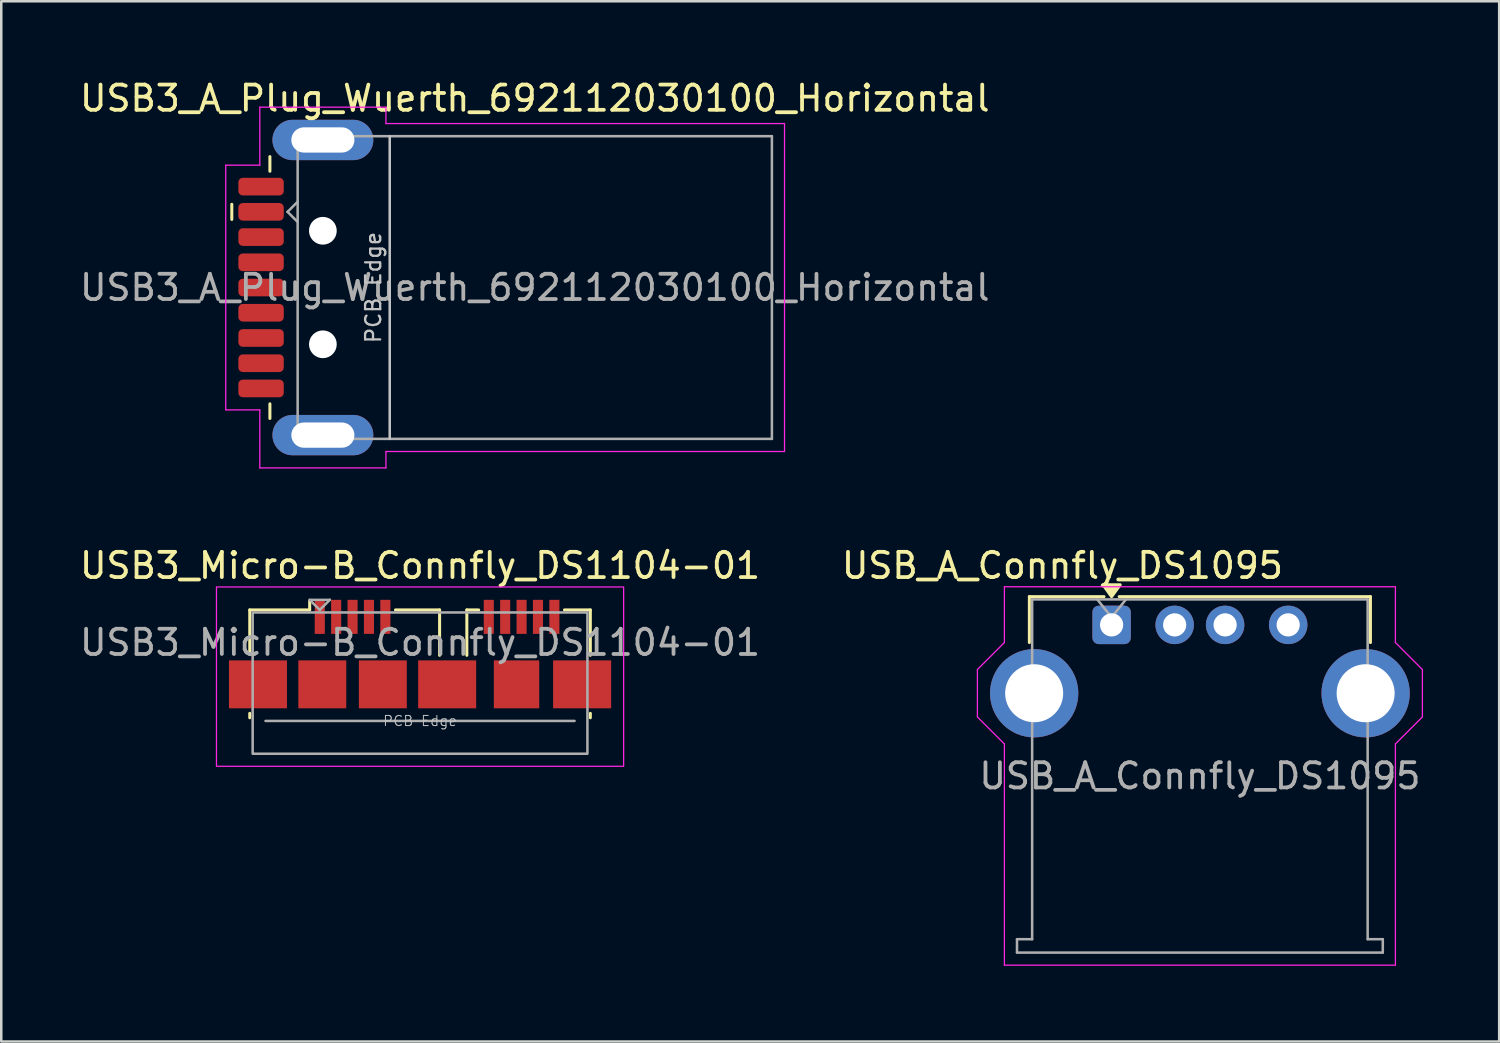
<source format=kicad_pcb>
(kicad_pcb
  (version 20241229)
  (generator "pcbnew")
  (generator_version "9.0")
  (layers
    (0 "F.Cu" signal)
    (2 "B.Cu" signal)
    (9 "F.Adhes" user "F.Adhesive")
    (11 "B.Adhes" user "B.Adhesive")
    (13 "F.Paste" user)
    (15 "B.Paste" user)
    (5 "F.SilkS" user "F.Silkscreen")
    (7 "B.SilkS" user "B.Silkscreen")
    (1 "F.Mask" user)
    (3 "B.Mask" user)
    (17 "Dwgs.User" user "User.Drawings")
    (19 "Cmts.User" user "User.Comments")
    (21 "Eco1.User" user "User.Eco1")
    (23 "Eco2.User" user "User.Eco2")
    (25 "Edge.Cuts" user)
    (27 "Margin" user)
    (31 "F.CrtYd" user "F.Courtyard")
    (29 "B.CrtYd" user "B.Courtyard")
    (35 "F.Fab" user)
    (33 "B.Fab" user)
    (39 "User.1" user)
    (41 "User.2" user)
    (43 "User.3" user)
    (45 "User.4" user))
  (footprint "USB3_A_Plug_Wuerth_692112030100_Horizontal"
    (layer "F.Cu")
    (at 18.149 8.348)
    (property "Reference" "USB3_A_Plug_Wuerth_692112030100_Horizontal" (at 0 -7.5 0) (layer "F.SilkS") (effects (font (size 1 1) (thickness 0.15))))
    (attr smd)
    (fp_line (start -12.01 -2.7) (end -12.01 -3.3) (stroke (width 0.12) (type solid)) (layer "F.SilkS"))
    (fp_line (start -10.5 -4.61) (end -10.5 -5.19) (stroke (width 0.12) (type solid)) (layer "F.SilkS"))
    (fp_line (start -10.5 4.61) (end -10.5 5.19) (stroke (width 0.12) (type solid)) (layer "F.SilkS"))
    (fp_line (start -5.75 6) (end -5.75 -6) (stroke (width 0.1) (type solid)) (layer "Dwgs.User"))
    (fp_line (start -12.25 -4.85) (end -12.25 4.85) (stroke (width 0.05) (type solid)) (layer "F.CrtYd"))
    (fp_line (start -10.9 -7.15) (end -10.9 -4.85) (stroke (width 0.05) (type solid)) (layer "F.CrtYd"))
    (fp_line (start -10.9 -4.85) (end -12.25 -4.85) (stroke (width 0.05) (type solid)) (layer "F.CrtYd"))
    (fp_line (start -10.9 4.85) (end -12.25 4.85) (stroke (width 0.05) (type solid)) (layer "F.CrtYd"))
    (fp_line (start -10.9 7.15) (end -10.9 4.85) (stroke (width 0.05) (type solid)) (layer "F.CrtYd"))
    (fp_line (start -5.9 -7.15) (end -10.9 -7.15) (stroke (width 0.05) (type solid)) (layer "F.CrtYd"))
    (fp_line (start -5.9 -6.5) (end -5.9 -7.15) (stroke (width 0.05) (type solid)) (layer "F.CrtYd"))
    (fp_line (start -5.9 6.5) (end -5.9 7.15) (stroke (width 0.05) (type solid)) (layer "F.CrtYd"))
    (fp_line (start -5.9 7.15) (end -10.9 7.15) (stroke (width 0.05) (type solid)) (layer "F.CrtYd"))
    (fp_line (start 9.9 -6.5) (end -5.9 -6.5) (stroke (width 0.05) (type solid)) (layer "F.CrtYd"))
    (fp_line (start 9.9 6.5) (end -5.9 6.5) (stroke (width 0.05) (type solid)) (layer "F.CrtYd"))
    (fp_line (start 9.9 6.5) (end 9.9 -6.5) (stroke (width 0.05) (type solid)) (layer "F.CrtYd"))
    (fp_line (start -9.8 -3) (end -9.4 -3.4) (stroke (width 0.1) (type solid)) (layer "F.Fab"))
    (fp_line (start -9.8 -3) (end -9.4 -2.6) (stroke (width 0.1) (type solid)) (layer "F.Fab"))
    (fp_line (start -9.4 6) (end -9.4 -6) (stroke (width 0.1) (type solid)) (layer "F.Fab"))
    (fp_line (start 9.4 -6) (end -9.4 -6) (stroke (width 0.1) (type solid)) (layer "F.Fab"))
    (fp_line (start 9.4 6) (end -9.4 6) (stroke (width 0.1) (type solid)) (layer "F.Fab"))
    (fp_line (start 9.4 6) (end 9.4 -6) (stroke (width 0.1) (type solid)) (layer "F.Fab"))
    (fp_text user "PCB Edge" (at -6.4 0 90) (layer "Dwgs.User") (effects (font (size 0.6 0.6) (thickness 0.09))))
    (fp_text user "${REFERENCE}" (at 0 0 180) (layer "F.Fab") (effects (font (size 1 1) (thickness 0.15))))
    (pad "" np_thru_hole circle (at -8.4 -2.25 90) (size 1.1 1.1) (drill 1.1) (layers "*.Cu" "*.Mask"))
    (pad "" np_thru_hole circle (at -8.4 2.25 90) (size 1.1 1.1) (drill 1.1) (layers "*.Cu" "*.Mask"))
    (pad "1" smd roundrect (at -10.85 -3 90) (size 0.7 1.8) (layers "F.Cu" "F.Mask" "F.Paste") (roundrect_rratio 0.25))
    (pad "2" smd roundrect (at -10.85 -1 90) (size 0.7 1.8) (layers "F.Cu" "F.Mask" "F.Paste") (roundrect_rratio 0.25))
    (pad "3" smd roundrect (at -10.85 1 90) (size 0.7 1.8) (layers "F.Cu" "F.Mask" "F.Paste") (roundrect_rratio 0.25))
    (pad "4" smd roundrect (at -10.85 3 90) (size 0.7 1.8) (layers "F.Cu" "F.Mask" "F.Paste") (roundrect_rratio 0.25))
    (pad "5" smd roundrect (at -10.85 4 90) (size 0.7 1.8) (layers "F.Cu" "F.Mask" "F.Paste") (roundrect_rratio 0.25))
    (pad "6" smd roundrect (at -10.85 2 90) (size 0.7 1.8) (layers "F.Cu" "F.Mask" "F.Paste") (roundrect_rratio 0.25))
    (pad "7" smd roundrect (at -10.85 0 90) (size 0.7 1.8) (layers "F.Cu" "F.Mask" "F.Paste") (roundrect_rratio 0.25))
    (pad "8" smd roundrect (at -10.85 -2 90) (size 0.7 1.8) (layers "F.Cu" "F.Mask" "F.Paste") (roundrect_rratio 0.25))
    (pad "9" smd roundrect (at -10.85 -4) (size 1.8 0.7) (layers "F.Cu" "F.Mask" "F.Paste") (roundrect_rratio 0.25))
    (pad "10" thru_hole oval (at -8.4 -5.85 90) (size 1.6 4) (drill oval 1 2.5) (property pad_prop_heatsink) (layers "*.Cu" "*.Mask"))
    (pad "10" thru_hole oval (at -8.4 5.85 90) (size 1.6 4) (drill oval 1 2.5) (property pad_prop_heatsink) (layers "*.Cu" "*.Mask")))
  (footprint "USB3_Micro-B_Connfly_DS1104-01"
    (layer "F.Cu")
    (at 13.601 22.878)
    (property "Reference" "USB3_Micro-B_Connfly_DS1104-01" (at 0 -3.507 0) (unlocked yes) (layer "F.SilkS") (effects (font (size 1 1) (thickness 0.15))))
    (attr smd)
    (fp_line (start -6.75 -1.75) (end -6.75 0) (stroke (width 0.12) (type solid)) (layer "F.SilkS"))
    (fp_line (start -6.75 2.35) (end -6.75 2.525) (stroke (width 0.12) (type solid)) (layer "F.SilkS"))
    (fp_line (start -4.375 -2.1) (end -4.375 -1.75) (stroke (width 0.12) (type solid)) (layer "F.SilkS"))
    (fp_line (start -4.375 -1.75) (end -6.75 -1.75) (stroke (width 0.12) (type solid)) (layer "F.SilkS"))
    (fp_line (start 0.775 -1.75) (end -0.975 -1.75) (stroke (width 0.12) (type solid)) (layer "F.SilkS"))
    (fp_line (start 0.775 -1.75) (end 0.775 0.05) (stroke (width 0.12) (type solid)) (layer "F.SilkS"))
    (fp_line (start 1.855 -1.75) (end 1.855 0.05) (stroke (width 0.12) (type solid)) (layer "F.SilkS"))
    (fp_line (start 2.325 -1.75) (end 1.855 -1.75) (stroke (width 0.12) (type solid)) (layer "F.SilkS"))
    (fp_line (start 5.725 -1.75) (end 6.75 -1.75) (stroke (width 0.12) (type solid)) (layer "F.SilkS"))
    (fp_line (start 6.75 -1.75) (end 6.75 0.05) (stroke (width 0.12) (type solid)) (layer "F.SilkS"))
    (fp_line (start 6.75 2.35) (end 6.75 2.525) (stroke (width 0.12) (type solid)) (layer "F.SilkS"))
    (fp_rect (start -8.07 -2.66) (end 8.07 4.45) (stroke (width 0.05) (type solid)) (fill no) (layer "F.CrtYd"))
    (fp_line (start -6.125 2.65) (end 6.125 2.65) (stroke (width 0.1) (type solid)) (layer "F.Fab"))
    (fp_line (start -4.375 -2.15) (end -3.975 -1.75) (stroke (width 0.1) (type solid)) (layer "F.Fab"))
    (fp_line (start -3.975 -1.75) (end -3.575 -2.15) (stroke (width 0.1) (type solid)) (layer "F.Fab"))
    (fp_line (start -3.575 -2.15) (end -4.375 -2.15) (stroke (width 0.1) (type solid)) (layer "F.Fab"))
    (fp_rect (start -6.635 -1.65) (end 6.635 3.95) (stroke (width 0.1) (type solid)) (fill no) (layer "F.Fab"))
    (fp_text user "PCB Edge" (at 0 2.65 0) (unlocked yes) (layer "Dwgs.User") (effects (font (size 0.4 0.4) (thickness 0.04))))
    (fp_text user "${REFERENCE}" (at 0 -0.459 0) (unlocked yes) (layer "F.Fab") (effects (font (size 1 1) (thickness 0.15))))
    (pad "1" smd rect (at -3.975 -1.475) (size 0.4 1.35) (layers "F.Cu" "F.Mask" "F.Paste"))
    (pad "2" smd rect (at -3.325 -1.475) (size 0.4 1.35) (layers "F.Cu" "F.Mask" "F.Paste"))
    (pad "3" smd rect (at -2.675 -1.475) (size 0.4 1.35) (layers "F.Cu" "F.Mask" "F.Paste"))
    (pad "4" smd rect (at -2.025 -1.475) (size 0.4 1.35) (layers "F.Cu" "F.Mask" "F.Paste"))
    (pad "5" smd rect (at -1.375 -1.475) (size 0.4 1.35) (layers "F.Cu" "F.Mask" "F.Paste"))
    (pad "6" smd rect (at 2.725 -1.475) (size 0.4 1.35) (layers "F.Cu" "F.Mask" "F.Paste"))
    (pad "7" smd rect (at 3.375 -1.475) (size 0.4 1.35) (layers "F.Cu" "F.Mask" "F.Paste"))
    (pad "8" smd rect (at 4.025 -1.475) (size 0.4 1.35) (layers "F.Cu" "F.Mask" "F.Paste"))
    (pad "9" smd rect (at 4.675 -1.475) (size 0.4 1.35) (layers "F.Cu" "F.Mask" "F.Paste"))
    (pad "10" smd rect (at 5.325 -1.475) (size 0.4 1.35) (layers "F.Cu" "F.Mask" "F.Paste"))
    (pad "11" smd rect (at -6.425 1.2) (size 2.3 1.9) (layers "F.Cu" "F.Mask" "F.Paste"))
    (pad "11" smd rect (at -3.875 1.2) (size 1.9 1.9) (layers "F.Cu" "F.Mask" "F.Paste"))
    (pad "11" smd rect (at -1.475 1.2) (size 1.9 1.9) (layers "F.Cu" "F.Mask" "F.Paste"))
    (pad "11" smd rect (at 1.075 1.2) (size 2.3 1.9) (layers "F.Cu" "F.Mask" "F.Paste"))
    (pad "11" smd rect (at 3.825 1.2) (size 1.8 1.9) (layers "F.Cu" "F.Mask" "F.Paste"))
    (pad "11" smd rect (at 6.425 1.2) (size 2.3 1.9) (layers "F.Cu" "F.Mask" "F.Paste")))
  (footprint "USB_A_Connfly_DS1095"
    (layer "F.Cu")
    (at 41.015 21.721)
    (property "Reference" "USB_A_Connfly_DS1095" (at -1.95 -2.35 0) (layer "F.SilkS") (effects (font (size 1 1) (thickness 0.15))))
    (attr through_hole)
    (fp_line (start -3.26 -1.12) (end -0.3 -1.12) (stroke (width 0.12) (type solid)) (layer "F.SilkS"))
    (fp_line (start -3.26 0.7) (end -3.26 -1.12) (stroke (width 0.12) (type solid)) (layer "F.SilkS"))
    (fp_line (start 0.3 -1.12) (end 10.26 -1.12) (stroke (width 0.12) (type solid)) (layer "F.SilkS"))
    (fp_line (start 10.26 0.7) (end 10.26 -1.12) (stroke (width 0.12) (type solid)) (layer "F.SilkS"))
    (fp_poly (pts (xy 0 -1.12) (xy -0.34 -1.59) (xy 0.34 -1.59)) (stroke (width 0.12) (type solid)) (fill yes) (layer "F.SilkS"))
    (fp_line (start -5.32 1.77) (end -5.32 3.65) (stroke (width 0.05) (type solid)) (layer "F.CrtYd"))
    (fp_line (start -5.32 1.77) (end -4.25 0.7) (stroke (width 0.05) (type default)) (layer "F.CrtYd"))
    (fp_line (start -4.25 -1.51) (end -4.25 0.7) (stroke (width 0.05) (type default)) (layer "F.CrtYd"))
    (fp_line (start -4.25 -1.51) (end 11.25 -1.51) (stroke (width 0.05) (type solid)) (layer "F.CrtYd"))
    (fp_line (start -4.25 4.72) (end -5.32 3.65) (stroke (width 0.05) (type default)) (layer "F.CrtYd"))
    (fp_line (start -4.25 4.72) (end -4.25 13.49) (stroke (width 0.05) (type solid)) (layer "F.CrtYd"))
    (fp_line (start 11.25 -1.51) (end 11.25 0.7) (stroke (width 0.05) (type default)) (layer "F.CrtYd"))
    (fp_line (start 11.25 4.72) (end 11.25 13.49) (stroke (width 0.05) (type solid)) (layer "F.CrtYd"))
    (fp_line (start 11.25 4.72) (end 12.32 3.65) (stroke (width 0.05) (type default)) (layer "F.CrtYd"))
    (fp_line (start 11.25 13.49) (end -4.25 13.49) (stroke (width 0.05) (type solid)) (layer "F.CrtYd"))
    (fp_line (start 12.32 1.77) (end 11.25 0.7) (stroke (width 0.05) (type default)) (layer "F.CrtYd"))
    (fp_line (start 12.32 1.77) (end 12.32 3.65) (stroke (width 0.05) (type solid)) (layer "F.CrtYd"))
    (fp_line (start -3.75 12.46) (end -3.75 12.99) (stroke (width 0.1) (type solid)) (layer "F.Fab"))
    (fp_line (start -3.75 12.99) (end 10.75 12.99) (stroke (width 0.1) (type solid)) (layer "F.Fab"))
    (fp_line (start -3.15 -1.01) (end -3.15 12.46) (stroke (width 0.1) (type solid)) (layer "F.Fab"))
    (fp_line (start -3.15 -1.01) (end 10.15 -1.01) (stroke (width 0.1) (type solid)) (layer "F.Fab"))
    (fp_line (start -3.15 12.46) (end -3.75 12.46) (stroke (width 0.1) (type default)) (layer "F.Fab"))
    (fp_line (start -0.57 -1.01) (end 0 -0.3) (stroke (width 0.1) (type default)) (layer "F.Fab"))
    (fp_line (start 0.57 -1.01) (end 0 -0.3) (stroke (width 0.1) (type default)) (layer "F.Fab"))
    (fp_line (start 10.15 -1.01) (end 10.15 12.46) (stroke (width 0.1) (type solid)) (layer "F.Fab"))
    (fp_line (start 10.15 12.46) (end 10.75 12.46) (stroke (width 0.1) (type default)) (layer "F.Fab"))
    (fp_line (start 10.75 12.46) (end 10.75 12.99) (stroke (width 0.1) (type default)) (layer "F.Fab"))
    (fp_text user "${REFERENCE}" (at 3.5 5.99 0) (layer "F.Fab") (effects (font (size 1 1) (thickness 0.15))))
    (pad "1" thru_hole roundrect (at 0 0) (size 1.524 1.524) (drill 0.92) (layers "*.Cu" "*.Mask") (roundrect_rratio 0.164))
    (pad "2" thru_hole circle (at 2.5 0) (size 1.524 1.524) (drill 0.92) (layers "*.Cu" "*.Mask"))
    (pad "3" thru_hole circle (at 4.5 0) (size 1.524 1.524) (drill 0.92) (layers "*.Cu" "*.Mask"))
    (pad "4" thru_hole circle (at 7 0) (size 1.524 1.524) (drill 0.92) (layers "*.Cu" "*.Mask"))
    (pad "5" thru_hole circle (at -3.07 2.71) (size 3.5 3.5) (drill 2.3) (layers "*.Cu" "*.Mask"))
    (pad "5" thru_hole circle (at 10.07 2.71) (size 3.5 3.5) (drill 2.3) (layers "*.Cu" "*.Mask")))
  (gr_rect
    (start -3 -3)
    (end 56.379 38.236)
    (stroke (width 0.1) (type default))
    (fill no)
    (layer "Edge.Cuts")))
</source>
